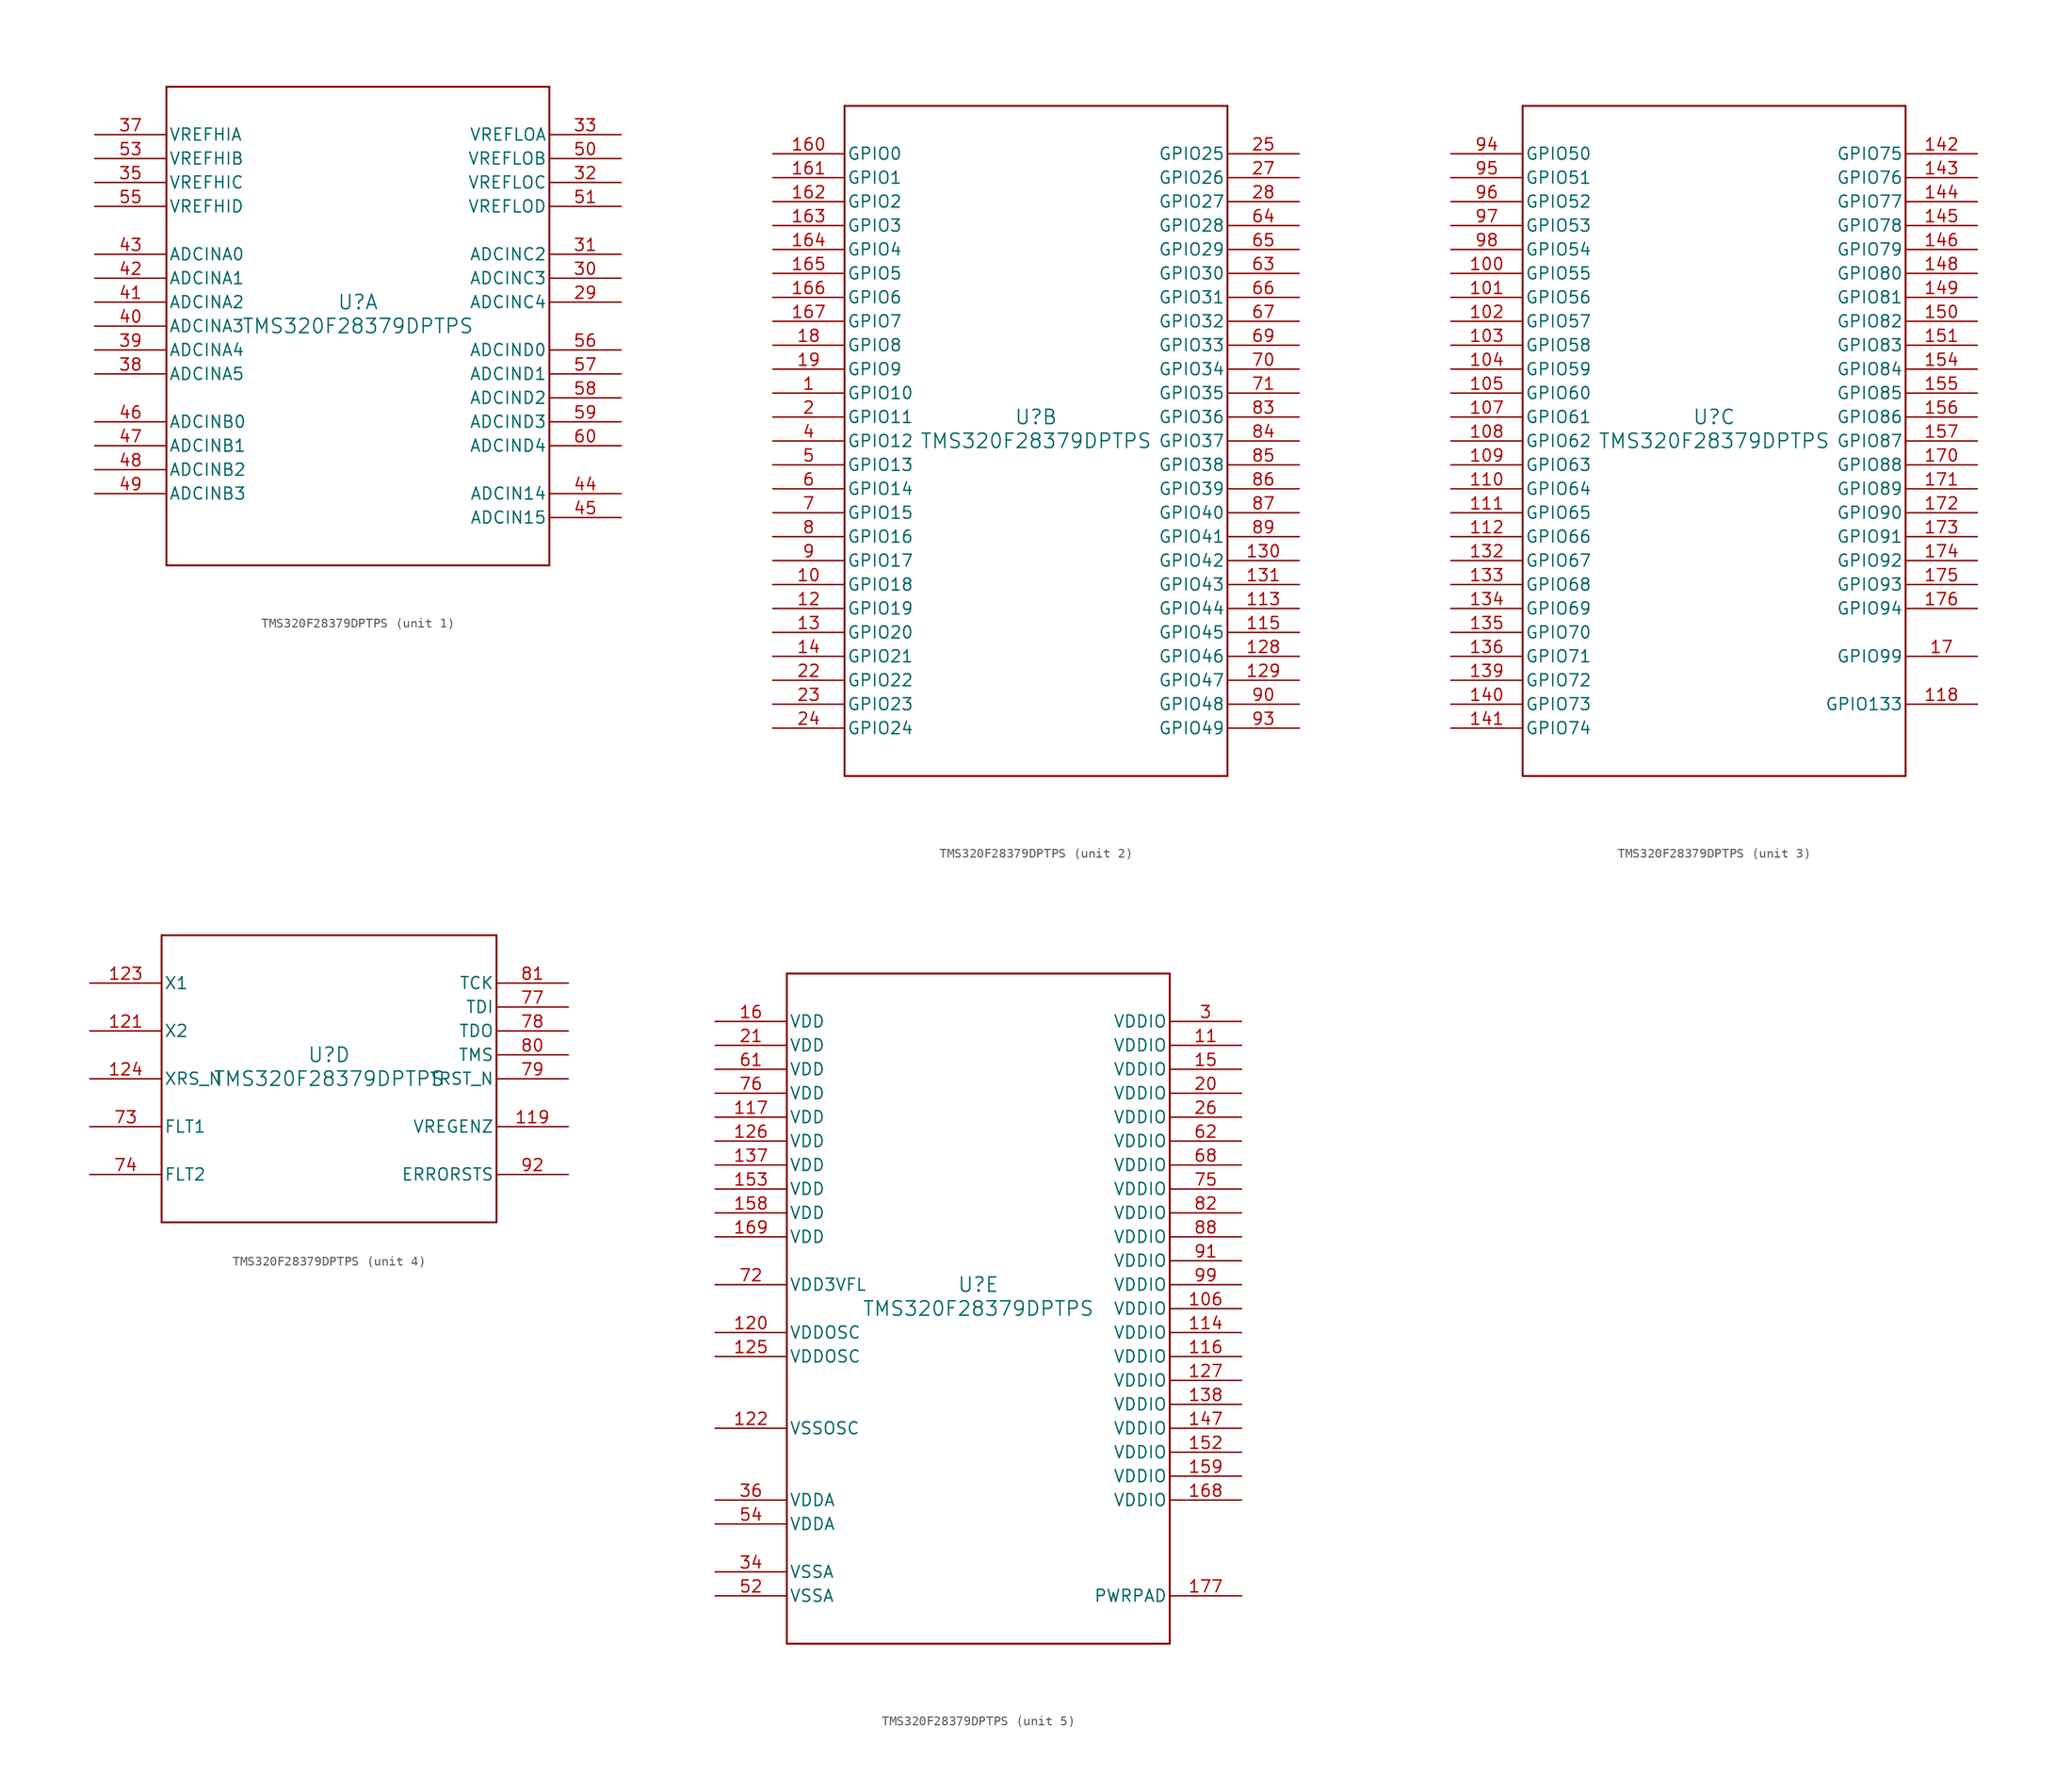
<source format=kicad_sym>
(kicad_symbol_lib
  (version 20211014)
  (generator kicad_symbol_editor)
  (symbol "TMS320F28379DPTPS"
    (pin_names
      (offset 0.254))
    (property "Reference" "U"
      (at 0 2.54 0)
      (effects (font (size 1.524 1.524))))
    (property "Value" "TMS320F28379DPTPS"
      (at 0 0 0)
      (effects (font (size 1.524 1.524))))
    (symbol "TMS320F28379DPTPS_1_1"
      (polyline (pts (xy -20.32 -25.4) (xy 20.32 -25.4)) (stroke (width 0.203) (type default) (color 0 0 0 0)) (fill (type none)))
      (polyline (pts (xy 20.32 -25.4) (xy 20.32 25.4)) (stroke (width 0.203) (type default) (color 0 0 0 0)) (fill (type none)))
      (polyline (pts (xy 20.32 25.4) (xy -20.32 25.4)) (stroke (width 0.203) (type default) (color 0 0 0 0)) (fill (type none)))
      (polyline (pts (xy -20.32 25.4) (xy -20.32 -25.4)) (stroke (width 0.203) (type default) (color 0 0 0 0)) (fill (type none)))
      (pin input line (at 27.94 2.54 180) (length 7.62) (name "ADCINC4" (effects (font (size 1.27 1.27)))) (number "29" (effects (font (size 1.27 1.27)))))
      (pin input line (at 27.94 5.08 180) (length 7.62) (name "ADCINC3" (effects (font (size 1.27 1.27)))) (number "30" (effects (font (size 1.27 1.27)))))
      (pin input line (at 27.94 7.62 180) (length 7.62) (name "ADCINC2" (effects (font (size 1.27 1.27)))) (number "31" (effects (font (size 1.27 1.27)))))
      (pin input line (at 27.94 15.24 180) (length 7.62) (name "VREFLOC" (effects (font (size 1.27 1.27)))) (number "32" (effects (font (size 1.27 1.27)))))
      (pin input line (at 27.94 20.32 180) (length 7.62) (name "VREFLOA" (effects (font (size 1.27 1.27)))) (number "33" (effects (font (size 1.27 1.27)))))
      (pin input line (at -27.94 15.24 0) (length 7.62) (name "VREFHIC" (effects (font (size 1.27 1.27)))) (number "35" (effects (font (size 1.27 1.27)))))
      (pin input line (at -27.94 20.32 0) (length 7.62) (name "VREFHIA" (effects (font (size 1.27 1.27)))) (number "37" (effects (font (size 1.27 1.27)))))
      (pin input line (at -27.94 -5.08 0) (length 7.62) (name "ADCINA5" (effects (font (size 1.27 1.27)))) (number "38" (effects (font (size 1.27 1.27)))))
      (pin input line (at -27.94 -2.54 0) (length 7.62) (name "ADCINA4" (effects (font (size 1.27 1.27)))) (number "39" (effects (font (size 1.27 1.27)))))
      (pin input line (at -27.94 0 0) (length 7.62) (name "ADCINA3" (effects (font (size 1.27 1.27)))) (number "40" (effects (font (size 1.27 1.27)))))
      (pin input line (at -27.94 2.54 0) (length 7.62) (name "ADCINA2" (effects (font (size 1.27 1.27)))) (number "41" (effects (font (size 1.27 1.27)))))
      (pin input line (at -27.94 5.08 0) (length 7.62) (name "ADCINA1" (effects (font (size 1.27 1.27)))) (number "42" (effects (font (size 1.27 1.27)))))
      (pin input line (at -27.94 7.62 0) (length 7.62) (name "ADCINA0" (effects (font (size 1.27 1.27)))) (number "43" (effects (font (size 1.27 1.27)))))
      (pin input line (at 27.94 -17.78 180) (length 7.62) (name "ADCIN14" (effects (font (size 1.27 1.27)))) (number "44" (effects (font (size 1.27 1.27)))))
      (pin input line (at 27.94 -20.32 180) (length 7.62) (name "ADCIN15" (effects (font (size 1.27 1.27)))) (number "45" (effects (font (size 1.27 1.27)))))
      (pin input line (at -27.94 -10.16 0) (length 7.62) (name "ADCINB0" (effects (font (size 1.27 1.27)))) (number "46" (effects (font (size 1.27 1.27)))))
      (pin input line (at -27.94 -12.7 0) (length 7.62) (name "ADCINB1" (effects (font (size 1.27 1.27)))) (number "47" (effects (font (size 1.27 1.27)))))
      (pin input line (at -27.94 -15.24 0) (length 7.62) (name "ADCINB2" (effects (font (size 1.27 1.27)))) (number "48" (effects (font (size 1.27 1.27)))))
      (pin input line (at -27.94 -17.78 0) (length 7.62) (name "ADCINB3" (effects (font (size 1.27 1.27)))) (number "49" (effects (font (size 1.27 1.27)))))
      (pin input line (at 27.94 17.78 180) (length 7.62) (name "VREFLOB" (effects (font (size 1.27 1.27)))) (number "50" (effects (font (size 1.27 1.27)))))
      (pin input line (at 27.94 12.7 180) (length 7.62) (name "VREFLOD" (effects (font (size 1.27 1.27)))) (number "51" (effects (font (size 1.27 1.27)))))
      (pin input line (at -27.94 17.78 0) (length 7.62) (name "VREFHIB" (effects (font (size 1.27 1.27)))) (number "53" (effects (font (size 1.27 1.27)))))
      (pin input line (at -27.94 12.7 0) (length 7.62) (name "VREFHID" (effects (font (size 1.27 1.27)))) (number "55" (effects (font (size 1.27 1.27)))))
      (pin input line (at 27.94 -2.54 180) (length 7.62) (name "ADCIND0" (effects (font (size 1.27 1.27)))) (number "56" (effects (font (size 1.27 1.27)))))
      (pin input line (at 27.94 -5.08 180) (length 7.62) (name "ADCIND1" (effects (font (size 1.27 1.27)))) (number "57" (effects (font (size 1.27 1.27)))))
      (pin input line (at 27.94 -7.62 180) (length 7.62) (name "ADCIND2" (effects (font (size 1.27 1.27)))) (number "58" (effects (font (size 1.27 1.27)))))
      (pin input line (at 27.94 -10.16 180) (length 7.62) (name "ADCIND3" (effects (font (size 1.27 1.27)))) (number "59" (effects (font (size 1.27 1.27)))))
      (pin input line (at 27.94 -12.7 180) (length 7.62) (name "ADCIND4" (effects (font (size 1.27 1.27)))) (number "60" (effects (font (size 1.27 1.27))))))
    (symbol "TMS320F28379DPTPS_2_1"
      (polyline (pts (xy -20.32 -35.56) (xy 20.32 -35.56)) (stroke (width 0.203) (type default) (color 0 0 0 0)) (fill (type none)))
      (polyline (pts (xy 20.32 -35.56) (xy 20.32 35.56)) (stroke (width 0.203) (type default) (color 0 0 0 0)) (fill (type none)))
      (polyline (pts (xy 20.32 35.56) (xy -20.32 35.56)) (stroke (width 0.203) (type default) (color 0 0 0 0)) (fill (type none)))
      (polyline (pts (xy -20.32 35.56) (xy -20.32 -35.56)) (stroke (width 0.203) (type default) (color 0 0 0 0)) (fill (type none)))
      (pin bidirectional line (at -27.94 5.08 0) (length 7.62) (name "GPIO10" (effects (font (size 1.27 1.27)))) (number "1" (effects (font (size 1.27 1.27)))))
      (pin bidirectional line (at -27.94 2.54 0) (length 7.62) (name "GPIO11" (effects (font (size 1.27 1.27)))) (number "2" (effects (font (size 1.27 1.27)))))
      (pin bidirectional line (at -27.94 0 0) (length 7.62) (name "GPIO12" (effects (font (size 1.27 1.27)))) (number "4" (effects (font (size 1.27 1.27)))))
      (pin bidirectional line (at -27.94 -2.54 0) (length 7.62) (name "GPIO13" (effects (font (size 1.27 1.27)))) (number "5" (effects (font (size 1.27 1.27)))))
      (pin bidirectional line (at -27.94 -5.08 0) (length 7.62) (name "GPIO14" (effects (font (size 1.27 1.27)))) (number "6" (effects (font (size 1.27 1.27)))))
      (pin bidirectional line (at -27.94 -7.62 0) (length 7.62) (name "GPIO15" (effects (font (size 1.27 1.27)))) (number "7" (effects (font (size 1.27 1.27)))))
      (pin bidirectional line (at -27.94 -10.16 0) (length 7.62) (name "GPIO16" (effects (font (size 1.27 1.27)))) (number "8" (effects (font (size 1.27 1.27)))))
      (pin bidirectional line (at -27.94 -12.7 0) (length 7.62) (name "GPIO17" (effects (font (size 1.27 1.27)))) (number "9" (effects (font (size 1.27 1.27)))))
      (pin bidirectional line (at -27.94 -15.24 0) (length 7.62) (name "GPIO18" (effects (font (size 1.27 1.27)))) (number "10" (effects (font (size 1.27 1.27)))))
      (pin bidirectional line (at -27.94 -17.78 0) (length 7.62) (name "GPIO19" (effects (font (size 1.27 1.27)))) (number "12" (effects (font (size 1.27 1.27)))))
      (pin bidirectional line (at -27.94 -20.32 0) (length 7.62) (name "GPIO20" (effects (font (size 1.27 1.27)))) (number "13" (effects (font (size 1.27 1.27)))))
      (pin bidirectional line (at -27.94 -22.86 0) (length 7.62) (name "GPIO21" (effects (font (size 1.27 1.27)))) (number "14" (effects (font (size 1.27 1.27)))))
      (pin bidirectional line (at -27.94 10.16 0) (length 7.62) (name "GPIO8" (effects (font (size 1.27 1.27)))) (number "18" (effects (font (size 1.27 1.27)))))
      (pin bidirectional line (at -27.94 7.62 0) (length 7.62) (name "GPIO9" (effects (font (size 1.27 1.27)))) (number "19" (effects (font (size 1.27 1.27)))))
      (pin bidirectional line (at -27.94 -25.4 0) (length 7.62) (name "GPIO22" (effects (font (size 1.27 1.27)))) (number "22" (effects (font (size 1.27 1.27)))))
      (pin bidirectional line (at -27.94 -27.94 0) (length 7.62) (name "GPIO23" (effects (font (size 1.27 1.27)))) (number "23" (effects (font (size 1.27 1.27)))))
      (pin bidirectional line (at -27.94 -30.48 0) (length 7.62) (name "GPIO24" (effects (font (size 1.27 1.27)))) (number "24" (effects (font (size 1.27 1.27)))))
      (pin bidirectional line (at 27.94 30.48 180) (length 7.62) (name "GPIO25" (effects (font (size 1.27 1.27)))) (number "25" (effects (font (size 1.27 1.27)))))
      (pin bidirectional line (at 27.94 27.94 180) (length 7.62) (name "GPIO26" (effects (font (size 1.27 1.27)))) (number "27" (effects (font (size 1.27 1.27)))))
      (pin bidirectional line (at 27.94 25.4 180) (length 7.62) (name "GPIO27" (effects (font (size 1.27 1.27)))) (number "28" (effects (font (size 1.27 1.27)))))
      (pin bidirectional line (at 27.94 17.78 180) (length 7.62) (name "GPIO30" (effects (font (size 1.27 1.27)))) (number "63" (effects (font (size 1.27 1.27)))))
      (pin bidirectional line (at 27.94 22.86 180) (length 7.62) (name "GPIO28" (effects (font (size 1.27 1.27)))) (number "64" (effects (font (size 1.27 1.27)))))
      (pin bidirectional line (at 27.94 20.32 180) (length 7.62) (name "GPIO29" (effects (font (size 1.27 1.27)))) (number "65" (effects (font (size 1.27 1.27)))))
      (pin bidirectional line (at 27.94 15.24 180) (length 7.62) (name "GPIO31" (effects (font (size 1.27 1.27)))) (number "66" (effects (font (size 1.27 1.27)))))
      (pin bidirectional line (at 27.94 12.7 180) (length 7.62) (name "GPIO32" (effects (font (size 1.27 1.27)))) (number "67" (effects (font (size 1.27 1.27)))))
      (pin bidirectional line (at 27.94 10.16 180) (length 7.62) (name "GPIO33" (effects (font (size 1.27 1.27)))) (number "69" (effects (font (size 1.27 1.27)))))
      (pin bidirectional line (at 27.94 7.62 180) (length 7.62) (name "GPIO34" (effects (font (size 1.27 1.27)))) (number "70" (effects (font (size 1.27 1.27)))))
      (pin bidirectional line (at 27.94 5.08 180) (length 7.62) (name "GPIO35" (effects (font (size 1.27 1.27)))) (number "71" (effects (font (size 1.27 1.27)))))
      (pin bidirectional line (at 27.94 2.54 180) (length 7.62) (name "GPIO36" (effects (font (size 1.27 1.27)))) (number "83" (effects (font (size 1.27 1.27)))))
      (pin bidirectional line (at 27.94 0 180) (length 7.62) (name "GPIO37" (effects (font (size 1.27 1.27)))) (number "84" (effects (font (size 1.27 1.27)))))
      (pin bidirectional line (at 27.94 -2.54 180) (length 7.62) (name "GPIO38" (effects (font (size 1.27 1.27)))) (number "85" (effects (font (size 1.27 1.27)))))
      (pin bidirectional line (at 27.94 -5.08 180) (length 7.62) (name "GPIO39" (effects (font (size 1.27 1.27)))) (number "86" (effects (font (size 1.27 1.27)))))
      (pin bidirectional line (at 27.94 -7.62 180) (length 7.62) (name "GPIO40" (effects (font (size 1.27 1.27)))) (number "87" (effects (font (size 1.27 1.27)))))
      (pin bidirectional line (at 27.94 -10.16 180) (length 7.62) (name "GPIO41" (effects (font (size 1.27 1.27)))) (number "89" (effects (font (size 1.27 1.27)))))
      (pin bidirectional line (at 27.94 -27.94 180) (length 7.62) (name "GPIO48" (effects (font (size 1.27 1.27)))) (number "90" (effects (font (size 1.27 1.27)))))
      (pin bidirectional line (at 27.94 -30.48 180) (length 7.62) (name "GPIO49" (effects (font (size 1.27 1.27)))) (number "93" (effects (font (size 1.27 1.27)))))
      (pin bidirectional line (at 27.94 -17.78 180) (length 7.62) (name "GPIO44" (effects (font (size 1.27 1.27)))) (number "113" (effects (font (size 1.27 1.27)))))
      (pin bidirectional line (at 27.94 -20.32 180) (length 7.62) (name "GPIO45" (effects (font (size 1.27 1.27)))) (number "115" (effects (font (size 1.27 1.27)))))
      (pin bidirectional line (at 27.94 -22.86 180) (length 7.62) (name "GPIO46" (effects (font (size 1.27 1.27)))) (number "128" (effects (font (size 1.27 1.27)))))
      (pin bidirectional line (at 27.94 -25.4 180) (length 7.62) (name "GPIO47" (effects (font (size 1.27 1.27)))) (number "129" (effects (font (size 1.27 1.27)))))
      (pin bidirectional line (at 27.94 -12.7 180) (length 7.62) (name "GPIO42" (effects (font (size 1.27 1.27)))) (number "130" (effects (font (size 1.27 1.27)))))
      (pin bidirectional line (at 27.94 -15.24 180) (length 7.62) (name "GPIO43" (effects (font (size 1.27 1.27)))) (number "131" (effects (font (size 1.27 1.27)))))
      (pin bidirectional line (at -27.94 30.48 0) (length 7.62) (name "GPIO0" (effects (font (size 1.27 1.27)))) (number "160" (effects (font (size 1.27 1.27)))))
      (pin bidirectional line (at -27.94 27.94 0) (length 7.62) (name "GPIO1" (effects (font (size 1.27 1.27)))) (number "161" (effects (font (size 1.27 1.27)))))
      (pin bidirectional line (at -27.94 25.4 0) (length 7.62) (name "GPIO2" (effects (font (size 1.27 1.27)))) (number "162" (effects (font (size 1.27 1.27)))))
      (pin bidirectional line (at -27.94 22.86 0) (length 7.62) (name "GPIO3" (effects (font (size 1.27 1.27)))) (number "163" (effects (font (size 1.27 1.27)))))
      (pin bidirectional line (at -27.94 20.32 0) (length 7.62) (name "GPIO4" (effects (font (size 1.27 1.27)))) (number "164" (effects (font (size 1.27 1.27)))))
      (pin bidirectional line (at -27.94 17.78 0) (length 7.62) (name "GPIO5" (effects (font (size 1.27 1.27)))) (number "165" (effects (font (size 1.27 1.27)))))
      (pin bidirectional line (at -27.94 15.24 0) (length 7.62) (name "GPIO6" (effects (font (size 1.27 1.27)))) (number "166" (effects (font (size 1.27 1.27)))))
      (pin bidirectional line (at -27.94 12.7 0) (length 7.62) (name "GPIO7" (effects (font (size 1.27 1.27)))) (number "167" (effects (font (size 1.27 1.27))))))
    (symbol "TMS320F28379DPTPS_3_1"
      (polyline (pts (xy -20.32 -35.56) (xy 20.32 -35.56)) (stroke (width 0.203) (type default) (color 0 0 0 0)) (fill (type none)))
      (polyline (pts (xy 20.32 -35.56) (xy 20.32 35.56)) (stroke (width 0.203) (type default) (color 0 0 0 0)) (fill (type none)))
      (polyline (pts (xy 20.32 35.56) (xy -20.32 35.56)) (stroke (width 0.203) (type default) (color 0 0 0 0)) (fill (type none)))
      (polyline (pts (xy -20.32 35.56) (xy -20.32 -35.56)) (stroke (width 0.203) (type default) (color 0 0 0 0)) (fill (type none)))
      (pin bidirectional line (at 27.94 -22.86 180) (length 7.62) (name "GPIO99" (effects (font (size 1.27 1.27)))) (number "17" (effects (font (size 1.27 1.27)))))
      (pin bidirectional line (at -27.94 30.48 0) (length 7.62) (name "GPIO50" (effects (font (size 1.27 1.27)))) (number "94" (effects (font (size 1.27 1.27)))))
      (pin bidirectional line (at -27.94 27.94 0) (length 7.62) (name "GPIO51" (effects (font (size 1.27 1.27)))) (number "95" (effects (font (size 1.27 1.27)))))
      (pin bidirectional line (at -27.94 25.4 0) (length 7.62) (name "GPIO52" (effects (font (size 1.27 1.27)))) (number "96" (effects (font (size 1.27 1.27)))))
      (pin bidirectional line (at -27.94 22.86 0) (length 7.62) (name "GPIO53" (effects (font (size 1.27 1.27)))) (number "97" (effects (font (size 1.27 1.27)))))
      (pin bidirectional line (at -27.94 20.32 0) (length 7.62) (name "GPIO54" (effects (font (size 1.27 1.27)))) (number "98" (effects (font (size 1.27 1.27)))))
      (pin bidirectional line (at -27.94 17.78 0) (length 7.62) (name "GPIO55" (effects (font (size 1.27 1.27)))) (number "100" (effects (font (size 1.27 1.27)))))
      (pin bidirectional line (at -27.94 15.24 0) (length 7.62) (name "GPIO56" (effects (font (size 1.27 1.27)))) (number "101" (effects (font (size 1.27 1.27)))))
      (pin bidirectional line (at -27.94 12.7 0) (length 7.62) (name "GPIO57" (effects (font (size 1.27 1.27)))) (number "102" (effects (font (size 1.27 1.27)))))
      (pin bidirectional line (at -27.94 10.16 0) (length 7.62) (name "GPIO58" (effects (font (size 1.27 1.27)))) (number "103" (effects (font (size 1.27 1.27)))))
      (pin bidirectional line (at -27.94 7.62 0) (length 7.62) (name "GPIO59" (effects (font (size 1.27 1.27)))) (number "104" (effects (font (size 1.27 1.27)))))
      (pin bidirectional line (at -27.94 5.08 0) (length 7.62) (name "GPIO60" (effects (font (size 1.27 1.27)))) (number "105" (effects (font (size 1.27 1.27)))))
      (pin bidirectional line (at -27.94 2.54 0) (length 7.62) (name "GPIO61" (effects (font (size 1.27 1.27)))) (number "107" (effects (font (size 1.27 1.27)))))
      (pin bidirectional line (at -27.94 0 0) (length 7.62) (name "GPIO62" (effects (font (size 1.27 1.27)))) (number "108" (effects (font (size 1.27 1.27)))))
      (pin bidirectional line (at -27.94 -2.54 0) (length 7.62) (name "GPIO63" (effects (font (size 1.27 1.27)))) (number "109" (effects (font (size 1.27 1.27)))))
      (pin bidirectional line (at -27.94 -5.08 0) (length 7.62) (name "GPIO64" (effects (font (size 1.27 1.27)))) (number "110" (effects (font (size 1.27 1.27)))))
      (pin bidirectional line (at -27.94 -7.62 0) (length 7.62) (name "GPIO65" (effects (font (size 1.27 1.27)))) (number "111" (effects (font (size 1.27 1.27)))))
      (pin bidirectional line (at -27.94 -10.16 0) (length 7.62) (name "GPIO66" (effects (font (size 1.27 1.27)))) (number "112" (effects (font (size 1.27 1.27)))))
      (pin bidirectional line (at 27.94 -27.94 180) (length 7.62) (name "GPIO133" (effects (font (size 1.27 1.27)))) (number "118" (effects (font (size 1.27 1.27)))))
      (pin bidirectional line (at -27.94 -12.7 0) (length 7.62) (name "GPIO67" (effects (font (size 1.27 1.27)))) (number "132" (effects (font (size 1.27 1.27)))))
      (pin bidirectional line (at -27.94 -15.24 0) (length 7.62) (name "GPIO68" (effects (font (size 1.27 1.27)))) (number "133" (effects (font (size 1.27 1.27)))))
      (pin bidirectional line (at -27.94 -17.78 0) (length 7.62) (name "GPIO69" (effects (font (size 1.27 1.27)))) (number "134" (effects (font (size 1.27 1.27)))))
      (pin bidirectional line (at -27.94 -20.32 0) (length 7.62) (name "GPIO70" (effects (font (size 1.27 1.27)))) (number "135" (effects (font (size 1.27 1.27)))))
      (pin bidirectional line (at -27.94 -22.86 0) (length 7.62) (name "GPIO71" (effects (font (size 1.27 1.27)))) (number "136" (effects (font (size 1.27 1.27)))))
      (pin bidirectional line (at -27.94 -25.4 0) (length 7.62) (name "GPIO72" (effects (font (size 1.27 1.27)))) (number "139" (effects (font (size 1.27 1.27)))))
      (pin bidirectional line (at -27.94 -27.94 0) (length 7.62) (name "GPIO73" (effects (font (size 1.27 1.27)))) (number "140" (effects (font (size 1.27 1.27)))))
      (pin bidirectional line (at -27.94 -30.48 0) (length 7.62) (name "GPIO74" (effects (font (size 1.27 1.27)))) (number "141" (effects (font (size 1.27 1.27)))))
      (pin bidirectional line (at 27.94 30.48 180) (length 7.62) (name "GPIO75" (effects (font (size 1.27 1.27)))) (number "142" (effects (font (size 1.27 1.27)))))
      (pin bidirectional line (at 27.94 27.94 180) (length 7.62) (name "GPIO76" (effects (font (size 1.27 1.27)))) (number "143" (effects (font (size 1.27 1.27)))))
      (pin bidirectional line (at 27.94 25.4 180) (length 7.62) (name "GPIO77" (effects (font (size 1.27 1.27)))) (number "144" (effects (font (size 1.27 1.27)))))
      (pin bidirectional line (at 27.94 22.86 180) (length 7.62) (name "GPIO78" (effects (font (size 1.27 1.27)))) (number "145" (effects (font (size 1.27 1.27)))))
      (pin bidirectional line (at 27.94 20.32 180) (length 7.62) (name "GPIO79" (effects (font (size 1.27 1.27)))) (number "146" (effects (font (size 1.27 1.27)))))
      (pin bidirectional line (at 27.94 17.78 180) (length 7.62) (name "GPIO80" (effects (font (size 1.27 1.27)))) (number "148" (effects (font (size 1.27 1.27)))))
      (pin bidirectional line (at 27.94 15.24 180) (length 7.62) (name "GPIO81" (effects (font (size 1.27 1.27)))) (number "149" (effects (font (size 1.27 1.27)))))
      (pin bidirectional line (at 27.94 12.7 180) (length 7.62) (name "GPIO82" (effects (font (size 1.27 1.27)))) (number "150" (effects (font (size 1.27 1.27)))))
      (pin bidirectional line (at 27.94 10.16 180) (length 7.62) (name "GPIO83" (effects (font (size 1.27 1.27)))) (number "151" (effects (font (size 1.27 1.27)))))
      (pin bidirectional line (at 27.94 7.62 180) (length 7.62) (name "GPIO84" (effects (font (size 1.27 1.27)))) (number "154" (effects (font (size 1.27 1.27)))))
      (pin bidirectional line (at 27.94 5.08 180) (length 7.62) (name "GPIO85" (effects (font (size 1.27 1.27)))) (number "155" (effects (font (size 1.27 1.27)))))
      (pin bidirectional line (at 27.94 2.54 180) (length 7.62) (name "GPIO86" (effects (font (size 1.27 1.27)))) (number "156" (effects (font (size 1.27 1.27)))))
      (pin bidirectional line (at 27.94 0 180) (length 7.62) (name "GPIO87" (effects (font (size 1.27 1.27)))) (number "157" (effects (font (size 1.27 1.27)))))
      (pin bidirectional line (at 27.94 -2.54 180) (length 7.62) (name "GPIO88" (effects (font (size 1.27 1.27)))) (number "170" (effects (font (size 1.27 1.27)))))
      (pin bidirectional line (at 27.94 -5.08 180) (length 7.62) (name "GPIO89" (effects (font (size 1.27 1.27)))) (number "171" (effects (font (size 1.27 1.27)))))
      (pin bidirectional line (at 27.94 -7.62 180) (length 7.62) (name "GPIO90" (effects (font (size 1.27 1.27)))) (number "172" (effects (font (size 1.27 1.27)))))
      (pin bidirectional line (at 27.94 -10.16 180) (length 7.62) (name "GPIO91" (effects (font (size 1.27 1.27)))) (number "173" (effects (font (size 1.27 1.27)))))
      (pin bidirectional line (at 27.94 -12.7 180) (length 7.62) (name "GPIO92" (effects (font (size 1.27 1.27)))) (number "174" (effects (font (size 1.27 1.27)))))
      (pin bidirectional line (at 27.94 -15.24 180) (length 7.62) (name "GPIO93" (effects (font (size 1.27 1.27)))) (number "175" (effects (font (size 1.27 1.27)))))
      (pin bidirectional line (at 27.94 -17.78 180) (length 7.62) (name "GPIO94" (effects (font (size 1.27 1.27)))) (number "176" (effects (font (size 1.27 1.27))))))
    (symbol "TMS320F28379DPTPS_4_1"
      (polyline (pts (xy -17.78 -15.24) (xy 17.78 -15.24)) (stroke (width 0.203) (type default) (color 0 0 0 0)) (fill (type none)))
      (polyline (pts (xy 17.78 -15.24) (xy 17.78 15.24)) (stroke (width 0.203) (type default) (color 0 0 0 0)) (fill (type none)))
      (polyline (pts (xy 17.78 15.24) (xy -17.78 15.24)) (stroke (width 0.203) (type default) (color 0 0 0 0)) (fill (type none)))
      (polyline (pts (xy -17.78 15.24) (xy -17.78 -15.24)) (stroke (width 0.203) (type default) (color 0 0 0 0)) (fill (type none)))
      (pin bidirectional line (at -25.4 -5.08 0) (length 7.62) (name "FLT1" (effects (font (size 1.27 1.27)))) (number "73" (effects (font (size 1.27 1.27)))))
      (pin bidirectional line (at -25.4 -10.16 0) (length 7.62) (name "FLT2" (effects (font (size 1.27 1.27)))) (number "74" (effects (font (size 1.27 1.27)))))
      (pin input line (at 25.4 7.62 180) (length 7.62) (name "TDI" (effects (font (size 1.27 1.27)))) (number "77" (effects (font (size 1.27 1.27)))))
      (pin output line (at 25.4 5.08 180) (length 7.62) (name "TDO" (effects (font (size 1.27 1.27)))) (number "78" (effects (font (size 1.27 1.27)))))
      (pin input line (at 25.4 0 180) (length 7.62) (name "TRST_N" (effects (font (size 1.27 1.27)))) (number "79" (effects (font (size 1.27 1.27)))))
      (pin input line (at 25.4 2.54 180) (length 7.62) (name "TMS" (effects (font (size 1.27 1.27)))) (number "80" (effects (font (size 1.27 1.27)))))
      (pin input line (at 25.4 10.16 180) (length 7.62) (name "TCK" (effects (font (size 1.27 1.27)))) (number "81" (effects (font (size 1.27 1.27)))))
      (pin output line (at 25.4 -10.16 180) (length 7.62) (name "ERRORSTS" (effects (font (size 1.27 1.27)))) (number "92" (effects (font (size 1.27 1.27)))))
      (pin input line (at 25.4 -5.08 180) (length 7.62) (name "VREGENZ" (effects (font (size 1.27 1.27)))) (number "119" (effects (font (size 1.27 1.27)))))
      (pin output line (at -25.4 5.08 0) (length 7.62) (name "X2" (effects (font (size 1.27 1.27)))) (number "121" (effects (font (size 1.27 1.27)))))
      (pin input line (at -25.4 10.16 0) (length 7.62) (name "X1" (effects (font (size 1.27 1.27)))) (number "123" (effects (font (size 1.27 1.27)))))
      (pin bidirectional line (at -25.4 0 0) (length 7.62) (name "XRS_N" (effects (font (size 1.27 1.27)))) (number "124" (effects (font (size 1.27 1.27))))))
    (symbol "TMS320F28379DPTPS_5_1"
      (polyline (pts (xy -20.32 -35.56) (xy 20.32 -35.56)) (stroke (width 0.203) (type default) (color 0 0 0 0)) (fill (type none)))
      (polyline (pts (xy 20.32 -35.56) (xy 20.32 35.56)) (stroke (width 0.203) (type default) (color 0 0 0 0)) (fill (type none)))
      (polyline (pts (xy 20.32 35.56) (xy -20.32 35.56)) (stroke (width 0.203) (type default) (color 0 0 0 0)) (fill (type none)))
      (polyline (pts (xy -20.32 35.56) (xy -20.32 -35.56)) (stroke (width 0.203) (type default) (color 0 0 0 0)) (fill (type none)))
      (pin power_in line (at 27.94 30.48 180) (length 7.62) (name "VDDIO" (effects (font (size 1.27 1.27)))) (number "3" (effects (font (size 1.27 1.27)))))
      (pin power_in line (at 27.94 27.94 180) (length 7.62) (name "VDDIO" (effects (font (size 1.27 1.27)))) (number "11" (effects (font (size 1.27 1.27)))))
      (pin power_in line (at 27.94 25.4 180) (length 7.62) (name "VDDIO" (effects (font (size 1.27 1.27)))) (number "15" (effects (font (size 1.27 1.27)))))
      (pin power_in line (at -27.94 30.48 0) (length 7.62) (name "VDD" (effects (font (size 1.27 1.27)))) (number "16" (effects (font (size 1.27 1.27)))))
      (pin power_in line (at 27.94 22.86 180) (length 7.62) (name "VDDIO" (effects (font (size 1.27 1.27)))) (number "20" (effects (font (size 1.27 1.27)))))
      (pin power_in line (at -27.94 27.94 0) (length 7.62) (name "VDD" (effects (font (size 1.27 1.27)))) (number "21" (effects (font (size 1.27 1.27)))))
      (pin power_in line (at 27.94 20.32 180) (length 7.62) (name "VDDIO" (effects (font (size 1.27 1.27)))) (number "26" (effects (font (size 1.27 1.27)))))
      (pin power_in line (at -27.94 -27.94 0) (length 7.62) (name "VSSA" (effects (font (size 1.27 1.27)))) (number "34" (effects (font (size 1.27 1.27)))))
      (pin power_in line (at -27.94 -20.32 0) (length 7.62) (name "VDDA" (effects (font (size 1.27 1.27)))) (number "36" (effects (font (size 1.27 1.27)))))
      (pin power_in line (at -27.94 -30.48 0) (length 7.62) (name "VSSA" (effects (font (size 1.27 1.27)))) (number "52" (effects (font (size 1.27 1.27)))))
      (pin power_in line (at -27.94 -22.86 0) (length 7.62) (name "VDDA" (effects (font (size 1.27 1.27)))) (number "54" (effects (font (size 1.27 1.27)))))
      (pin power_in line (at -27.94 25.4 0) (length 7.62) (name "VDD" (effects (font (size 1.27 1.27)))) (number "61" (effects (font (size 1.27 1.27)))))
      (pin power_in line (at 27.94 17.78 180) (length 7.62) (name "VDDIO" (effects (font (size 1.27 1.27)))) (number "62" (effects (font (size 1.27 1.27)))))
      (pin power_in line (at 27.94 15.24 180) (length 7.62) (name "VDDIO" (effects (font (size 1.27 1.27)))) (number "68" (effects (font (size 1.27 1.27)))))
      (pin power_in line (at -27.94 2.54 0) (length 7.62) (name "VDD3VFL" (effects (font (size 1.27 1.27)))) (number "72" (effects (font (size 1.27 1.27)))))
      (pin power_in line (at 27.94 12.7 180) (length 7.62) (name "VDDIO" (effects (font (size 1.27 1.27)))) (number "75" (effects (font (size 1.27 1.27)))))
      (pin power_in line (at -27.94 22.86 0) (length 7.62) (name "VDD" (effects (font (size 1.27 1.27)))) (number "76" (effects (font (size 1.27 1.27)))))
      (pin power_in line (at 27.94 10.16 180) (length 7.62) (name "VDDIO" (effects (font (size 1.27 1.27)))) (number "82" (effects (font (size 1.27 1.27)))))
      (pin power_in line (at 27.94 7.62 180) (length 7.62) (name "VDDIO" (effects (font (size 1.27 1.27)))) (number "88" (effects (font (size 1.27 1.27)))))
      (pin power_in line (at 27.94 5.08 180) (length 7.62) (name "VDDIO" (effects (font (size 1.27 1.27)))) (number "91" (effects (font (size 1.27 1.27)))))
      (pin power_in line (at 27.94 2.54 180) (length 7.62) (name "VDDIO" (effects (font (size 1.27 1.27)))) (number "99" (effects (font (size 1.27 1.27)))))
      (pin power_in line (at 27.94 0 180) (length 7.62) (name "VDDIO" (effects (font (size 1.27 1.27)))) (number "106" (effects (font (size 1.27 1.27)))))
      (pin power_in line (at 27.94 -2.54 180) (length 7.62) (name "VDDIO" (effects (font (size 1.27 1.27)))) (number "114" (effects (font (size 1.27 1.27)))))
      (pin power_in line (at 27.94 -5.08 180) (length 7.62) (name "VDDIO" (effects (font (size 1.27 1.27)))) (number "116" (effects (font (size 1.27 1.27)))))
      (pin power_in line (at -27.94 20.32 0) (length 7.62) (name "VDD" (effects (font (size 1.27 1.27)))) (number "117" (effects (font (size 1.27 1.27)))))
      (pin power_in line (at -27.94 -2.54 0) (length 7.62) (name "VDDOSC" (effects (font (size 1.27 1.27)))) (number "120" (effects (font (size 1.27 1.27)))))
      (pin power_in line (at -27.94 -12.7 0) (length 7.62) (name "VSSOSC" (effects (font (size 1.27 1.27)))) (number "122" (effects (font (size 1.27 1.27)))))
      (pin power_in line (at -27.94 -5.08 0) (length 7.62) (name "VDDOSC" (effects (font (size 1.27 1.27)))) (number "125" (effects (font (size 1.27 1.27)))))
      (pin power_in line (at -27.94 17.78 0) (length 7.62) (name "VDD" (effects (font (size 1.27 1.27)))) (number "126" (effects (font (size 1.27 1.27)))))
      (pin power_in line (at 27.94 -7.62 180) (length 7.62) (name "VDDIO" (effects (font (size 1.27 1.27)))) (number "127" (effects (font (size 1.27 1.27)))))
      (pin power_in line (at -27.94 15.24 0) (length 7.62) (name "VDD" (effects (font (size 1.27 1.27)))) (number "137" (effects (font (size 1.27 1.27)))))
      (pin power_in line (at 27.94 -10.16 180) (length 7.62) (name "VDDIO" (effects (font (size 1.27 1.27)))) (number "138" (effects (font (size 1.27 1.27)))))
      (pin power_in line (at 27.94 -12.7 180) (length 7.62) (name "VDDIO" (effects (font (size 1.27 1.27)))) (number "147" (effects (font (size 1.27 1.27)))))
      (pin power_in line (at 27.94 -15.24 180) (length 7.62) (name "VDDIO" (effects (font (size 1.27 1.27)))) (number "152" (effects (font (size 1.27 1.27)))))
      (pin power_in line (at -27.94 12.7 0) (length 7.62) (name "VDD" (effects (font (size 1.27 1.27)))) (number "153" (effects (font (size 1.27 1.27)))))
      (pin power_in line (at -27.94 10.16 0) (length 7.62) (name "VDD" (effects (font (size 1.27 1.27)))) (number "158" (effects (font (size 1.27 1.27)))))
      (pin power_in line (at 27.94 -17.78 180) (length 7.62) (name "VDDIO" (effects (font (size 1.27 1.27)))) (number "159" (effects (font (size 1.27 1.27)))))
      (pin power_in line (at 27.94 -20.32 180) (length 7.62) (name "VDDIO" (effects (font (size 1.27 1.27)))) (number "168" (effects (font (size 1.27 1.27)))))
      (pin power_in line (at -27.94 7.62 0) (length 7.62) (name "VDD" (effects (font (size 1.27 1.27)))) (number "169" (effects (font (size 1.27 1.27)))))
      (pin power_in line (at 27.94 -30.48 180) (length 7.62) (name "PWRPAD" (effects (font (size 1.27 1.27)))) (number "177" (effects (font (size 1.27 1.27))))))))
</source>
